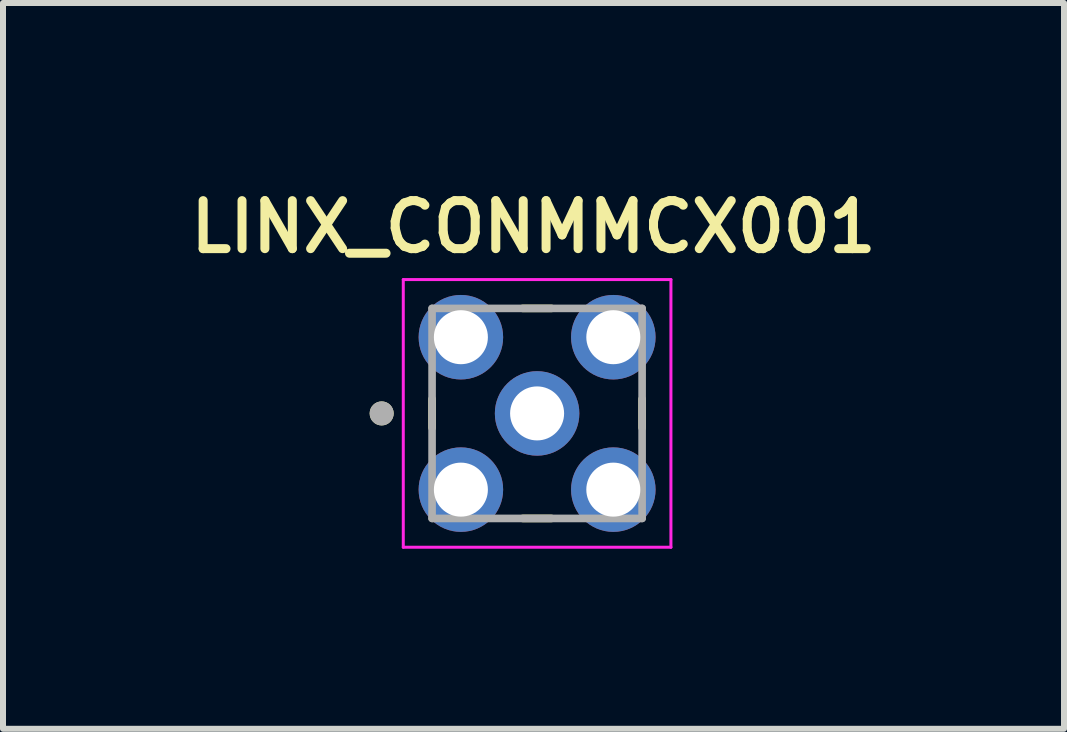
<source format=kicad_pcb>
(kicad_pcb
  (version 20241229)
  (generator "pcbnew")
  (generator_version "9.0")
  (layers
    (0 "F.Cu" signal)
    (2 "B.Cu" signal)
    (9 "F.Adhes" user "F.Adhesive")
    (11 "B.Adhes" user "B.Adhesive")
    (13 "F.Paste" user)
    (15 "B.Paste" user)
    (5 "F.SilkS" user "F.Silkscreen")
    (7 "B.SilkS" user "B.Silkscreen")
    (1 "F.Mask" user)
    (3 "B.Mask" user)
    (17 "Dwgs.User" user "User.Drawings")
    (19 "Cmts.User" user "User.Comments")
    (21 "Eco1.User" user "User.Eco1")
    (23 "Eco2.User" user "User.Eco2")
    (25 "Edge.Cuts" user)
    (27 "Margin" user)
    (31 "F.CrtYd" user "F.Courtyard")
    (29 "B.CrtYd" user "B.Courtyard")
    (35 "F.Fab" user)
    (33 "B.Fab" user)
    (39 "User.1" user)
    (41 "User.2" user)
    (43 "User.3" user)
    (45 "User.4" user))
  (footprint "LINX_CONMMCX001"
    (layer "F.Cu")
    (at 5.9 3.839)
    (property "Reference" "LINX_CONMMCX001" (at -0.06 -3.108 0) (layer "F.SilkS") (effects (font (size 0.8 0.8) (thickness 0.15))))
    (attr through_hole)
    (fp_line (start -1.75 0.24) (end -1.75 -0.24) (stroke (width 0.127) (type solid)) (layer "F.SilkS"))
    (fp_line (start 0.24 -1.75) (end -0.24 -1.75) (stroke (width 0.127) (type solid)) (layer "F.SilkS"))
    (fp_line (start 0.24 1.75) (end -0.24 1.75) (stroke (width 0.127) (type solid)) (layer "F.SilkS"))
    (fp_line (start 1.75 0.24) (end 1.75 -0.24) (stroke (width 0.127) (type solid)) (layer "F.SilkS"))
    (fp_circle (center -2.59 0) (end -2.49 0) (stroke (width 0.2) (type solid)) (fill no) (layer "F.SilkS"))
    (fp_line (start -2.23 -2.23) (end 2.23 -2.23) (stroke (width 0.05) (type solid)) (layer "F.CrtYd"))
    (fp_line (start -2.23 2.23) (end -2.23 -2.23) (stroke (width 0.05) (type solid)) (layer "F.CrtYd"))
    (fp_line (start 2.23 -2.23) (end 2.23 2.23) (stroke (width 0.05) (type solid)) (layer "F.CrtYd"))
    (fp_line (start 2.23 2.23) (end -2.23 2.23) (stroke (width 0.05) (type solid)) (layer "F.CrtYd"))
    (fp_line (start -1.75 -1.75) (end 1.75 -1.75) (stroke (width 0.127) (type solid)) (layer "F.Fab"))
    (fp_line (start -1.75 1.75) (end -1.75 -1.75) (stroke (width 0.127) (type solid)) (layer "F.Fab"))
    (fp_line (start 1.75 -1.75) (end 1.75 1.75) (stroke (width 0.127) (type solid)) (layer "F.Fab"))
    (fp_line (start 1.75 1.75) (end -1.75 1.75) (stroke (width 0.127) (type solid)) (layer "F.Fab"))
    (fp_circle (center -2.59 0) (end -2.49 0) (stroke (width 0.2) (type solid)) (fill no) (layer "F.Fab"))
    (pad "1" thru_hole circle (at 0 0) (size 1.408 1.408) (drill 0.9) (layers "*.Cu" "*.Mask"))
    (pad "S1" thru_hole circle (at -1.27 -1.27) (size 1.408 1.408) (drill 0.9) (layers "*.Cu" "*.Mask"))
    (pad "S2" thru_hole circle (at 1.27 -1.27) (size 1.408 1.408) (drill 0.9) (layers "*.Cu" "*.Mask"))
    (pad "S3" thru_hole circle (at 1.27 1.27) (size 1.408 1.408) (drill 0.9) (layers "*.Cu" "*.Mask"))
    (pad "S4" thru_hole circle (at -1.27 1.27) (size 1.408 1.408) (drill 0.9) (layers "*.Cu" "*.Mask")))
  (gr_rect
    (start -3 -3)
    (end 14.68 9.094)
    (stroke (width 0.1) (type default))
    (fill no)
    (layer "Edge.Cuts")))
</source>
